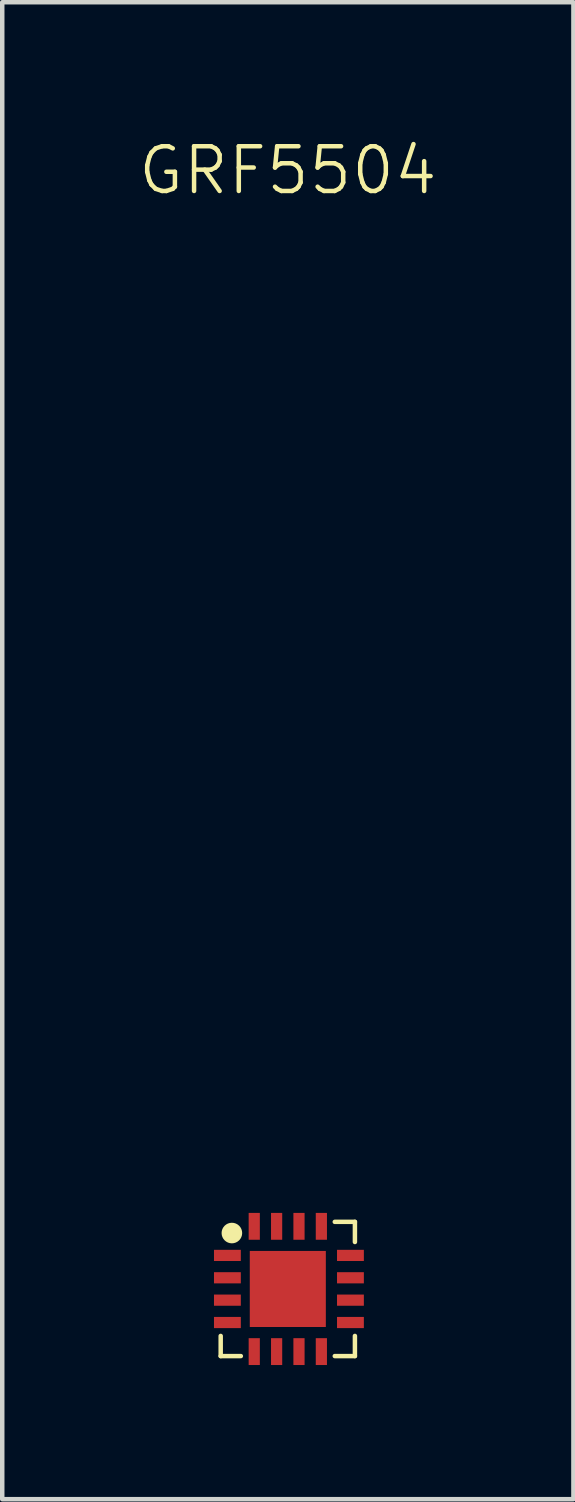
<source format=kicad_pcb>
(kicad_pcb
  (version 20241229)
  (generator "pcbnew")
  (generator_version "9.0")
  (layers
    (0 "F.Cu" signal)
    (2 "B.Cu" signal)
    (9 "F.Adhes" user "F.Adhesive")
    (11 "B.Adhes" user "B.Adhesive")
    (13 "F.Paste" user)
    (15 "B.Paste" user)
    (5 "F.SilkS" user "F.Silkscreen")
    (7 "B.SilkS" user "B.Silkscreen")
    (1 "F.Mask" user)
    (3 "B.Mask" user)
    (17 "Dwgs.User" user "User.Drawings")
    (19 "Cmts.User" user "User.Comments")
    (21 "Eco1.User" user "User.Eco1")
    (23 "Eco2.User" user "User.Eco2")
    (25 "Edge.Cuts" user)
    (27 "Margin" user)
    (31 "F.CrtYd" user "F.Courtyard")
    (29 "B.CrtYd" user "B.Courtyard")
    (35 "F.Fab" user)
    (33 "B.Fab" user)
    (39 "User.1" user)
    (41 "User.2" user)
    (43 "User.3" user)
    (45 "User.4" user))
  (footprint "GRF5504"
    (layer "F.Cu")
    (at 3.383 25.761)
    (property "Reference" "GRF5504" (at 0 -25 0) (unlocked yes) (layer "F.SilkS") (effects (font (size 1 1) (thickness 0.1))))
    (attr smd)
    (fp_line (start -1.5 1.05) (end -1.5 1.5) (stroke (width 0.1) (type default)) (layer "F.SilkS"))
    (fp_line (start -1.5 1.5) (end -1.05 1.5) (stroke (width 0.1) (type default)) (layer "F.SilkS"))
    (fp_line (start 1.05 1.5) (end 1.5 1.5) (stroke (width 0.1) (type default)) (layer "F.SilkS"))
    (fp_line (start 1.5 -1.5) (end 1.05 -1.5) (stroke (width 0.1) (type default)) (layer "F.SilkS"))
    (fp_line (start 1.5 -1.05) (end 1.5 -1.5) (stroke (width 0.1) (type default)) (layer "F.SilkS"))
    (fp_line (start 1.5 1.5) (end 1.5 1.05) (stroke (width 0.1) (type default)) (layer "F.SilkS"))
    (fp_circle (center -1.25 -1.25) (end -1.07 -1.25) (stroke (width 0.1) (type solid)) (fill yes) (layer "F.SilkS"))
    (fp_rect (start -1.5 -1.5) (end 1.5 1.5) (stroke (width 0.1) (type default)) (fill no) (layer "Margin"))
    (pad "1" smd rect (at -1.35 -0.75) (size 0.6 0.25) (layers "F.Cu" "F.Mask" "F.Paste"))
    (pad "2" smd rect (at -1.35 -0.25) (size 0.6 0.25) (layers "F.Cu" "F.Mask" "F.Paste"))
    (pad "3" smd rect (at -1.35 0.25) (size 0.6 0.25) (layers "F.Cu" "F.Mask" "F.Paste"))
    (pad "4" smd rect (at -1.35 0.75) (size 0.6 0.25) (layers "F.Cu" "F.Mask" "F.Paste"))
    (pad "5" smd rect (at -0.75 1.4 90) (size 0.6 0.25) (layers "F.Cu" "F.Mask" "F.Paste"))
    (pad "6" smd rect (at -0.25 1.4 90) (size 0.6 0.25) (layers "F.Cu" "F.Mask" "F.Paste"))
    (pad "7" smd rect (at 0.25 1.4 90) (size 0.6 0.25) (layers "F.Cu" "F.Mask" "F.Paste"))
    (pad "8" smd rect (at 0.75 1.4 90) (size 0.6 0.25) (layers "F.Cu" "F.Mask" "F.Paste"))
    (pad "9" smd rect (at 1.4 0.75 180) (size 0.6 0.25) (layers "F.Cu" "F.Mask" "F.Paste"))
    (pad "10" smd rect (at 1.4 0.25 180) (size 0.6 0.25) (layers "F.Cu" "F.Mask" "F.Paste"))
    (pad "11" smd rect (at 1.4 -0.25 180) (size 0.6 0.25) (layers "F.Cu" "F.Mask" "F.Paste"))
    (pad "12" smd rect (at 1.4 -0.75 180) (size 0.6 0.25) (layers "F.Cu" "F.Mask" "F.Paste"))
    (pad "13" smd rect (at 0.75 -1.4 270) (size 0.6 0.25) (layers "F.Cu" "F.Mask" "F.Paste"))
    (pad "14" smd rect (at 0.25 -1.4 270) (size 0.6 0.25) (layers "F.Cu" "F.Mask" "F.Paste"))
    (pad "15" smd rect (at -0.25 -1.4 270) (size 0.6 0.25) (layers "F.Cu" "F.Mask" "F.Paste"))
    (pad "16" smd rect (at -0.75 -1.4 270) (size 0.6 0.25) (layers "F.Cu" "F.Mask" "F.Paste"))
    (pad "17" smd rect (at 0 0 270) (size 1.7 1.7) (layers "F.Cu" "F.Mask" "F.Paste")))
  (gr_rect
    (start -3 -3)
    (end 9.767 30.46)
    (stroke (width 0.1) (type default))
    (fill no)
    (layer "Edge.Cuts")))
</source>
